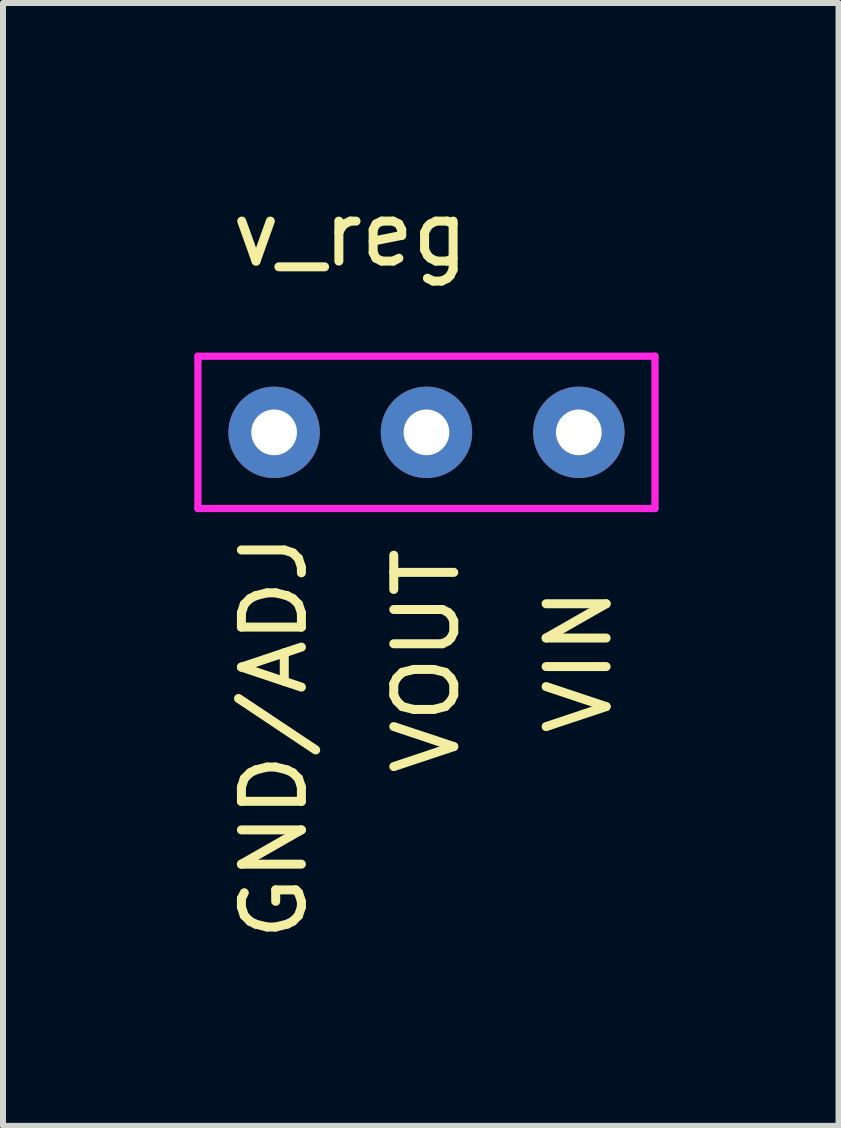
<source format=kicad_pcb>
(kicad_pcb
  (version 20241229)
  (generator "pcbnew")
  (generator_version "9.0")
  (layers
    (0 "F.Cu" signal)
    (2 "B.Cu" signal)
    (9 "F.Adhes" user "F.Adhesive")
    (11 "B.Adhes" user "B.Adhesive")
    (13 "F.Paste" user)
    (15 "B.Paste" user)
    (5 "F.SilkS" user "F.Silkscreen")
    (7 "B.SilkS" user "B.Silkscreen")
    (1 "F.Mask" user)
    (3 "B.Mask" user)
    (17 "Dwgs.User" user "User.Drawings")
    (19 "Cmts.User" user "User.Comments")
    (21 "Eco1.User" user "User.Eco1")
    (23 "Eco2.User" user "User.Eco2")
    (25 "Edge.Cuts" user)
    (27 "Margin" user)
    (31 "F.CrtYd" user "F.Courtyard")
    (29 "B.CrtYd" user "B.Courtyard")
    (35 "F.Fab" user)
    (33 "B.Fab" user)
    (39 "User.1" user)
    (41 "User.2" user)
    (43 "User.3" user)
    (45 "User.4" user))
  (footprint "v_reg"
    (layer "F.Cu")
    (at 0.25 4.158)
    (property "Reference" "v_reg" (at 2.54 -3.31 0) (layer "F.SilkS") (effects (font (size 1 1) (thickness 0.15))))
    (attr through_hole)
    (fp_line (start 0 -1.27) (end 7.62 -1.27) (stroke (width 0.12) (type solid)) (layer "F.CrtYd"))
    (fp_line (start 0 1.27) (end 0 -1.27) (stroke (width 0.12) (type solid)) (layer "F.CrtYd"))
    (fp_line (start 7.62 -1.27) (end 7.62 1.27) (stroke (width 0.12) (type solid)) (layer "F.CrtYd"))
    (fp_line (start 7.62 1.27) (end 0 1.27) (stroke (width 0.12) (type solid)) (layer "F.CrtYd"))
    (fp_text user "GND/ADJ" (at 1.27 5.08 90) (layer "F.SilkS") (effects (font (size 1 1) (thickness 0.15))))
    (fp_text user "VIN" (at 6.35 3.81 90) (layer "F.SilkS") (effects (font (size 1 1) (thickness 0.15))))
    (fp_text user "VOUT" (at 3.81 3.81 90) (layer "F.SilkS") (effects (font (size 1 1) (thickness 0.15))))
    (pad "1" thru_hole circle (at 1.27 0) (size 1.524 1.524) (drill 0.762) (layers "*.Cu" "*.Mask"))
    (pad "2" thru_hole circle (at 3.81 0) (size 1.524 1.524) (drill 0.762) (layers "*.Cu" "*.Mask"))
    (pad "3" thru_hole circle (at 6.35 0) (size 1.524 1.524) (drill 0.762) (layers "*.Cu" "*.Mask")))
  (gr_rect
    (start -3 -3)
    (end 10.93 15.72)
    (stroke (width 0.1) (type default))
    (fill no)
    (layer "Edge.Cuts")))
</source>
